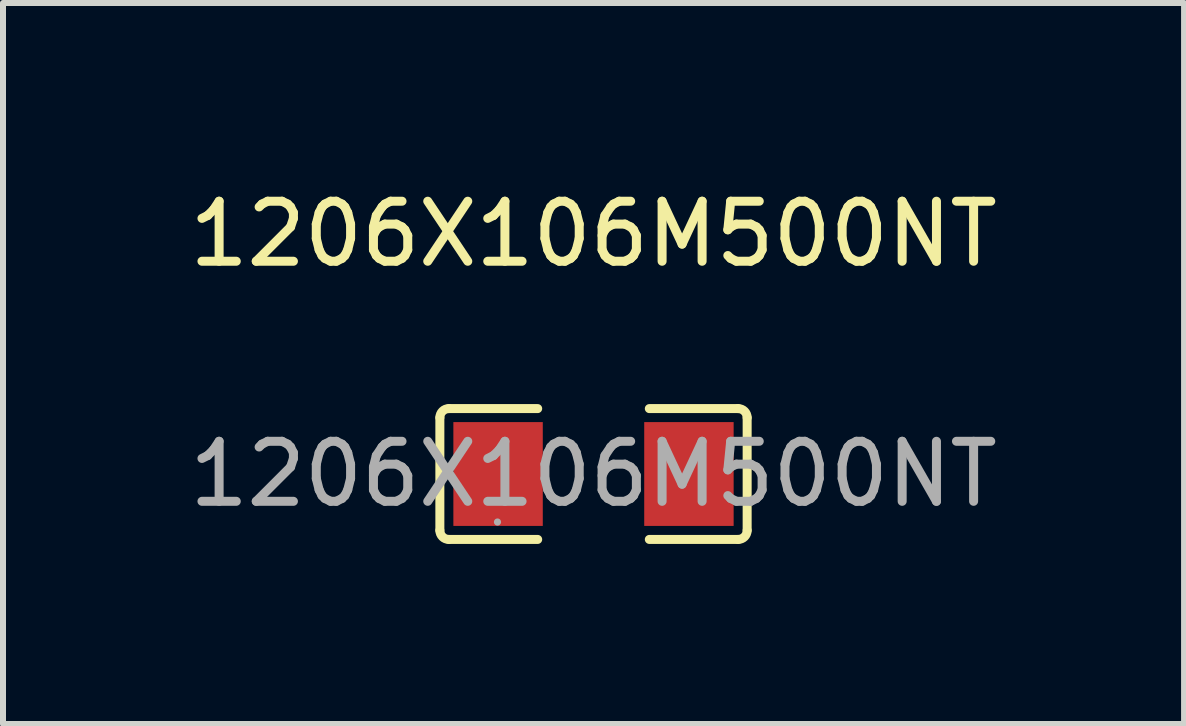
<source format=kicad_pcb>
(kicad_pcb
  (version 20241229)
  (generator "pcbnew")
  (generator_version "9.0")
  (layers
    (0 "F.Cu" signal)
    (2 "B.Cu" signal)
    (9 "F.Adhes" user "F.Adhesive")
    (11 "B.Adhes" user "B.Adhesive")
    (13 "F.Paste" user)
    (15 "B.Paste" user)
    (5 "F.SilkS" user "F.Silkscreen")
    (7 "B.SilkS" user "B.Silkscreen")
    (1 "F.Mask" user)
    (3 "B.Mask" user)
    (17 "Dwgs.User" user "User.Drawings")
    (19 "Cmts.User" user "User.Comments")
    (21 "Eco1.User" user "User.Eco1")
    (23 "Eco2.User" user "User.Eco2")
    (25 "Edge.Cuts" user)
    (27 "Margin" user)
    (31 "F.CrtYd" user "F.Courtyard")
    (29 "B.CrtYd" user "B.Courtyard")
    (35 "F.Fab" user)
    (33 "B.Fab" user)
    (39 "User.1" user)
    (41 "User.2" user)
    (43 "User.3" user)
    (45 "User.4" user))
  (footprint "1206X106M500NT"
    (layer "F.Cu")
    (at 6.839 4.848)
    (property "Reference" "1206X106M500NT" (at 0 -4 0) (layer "F.SilkS") (effects (font (size 1 1) (thickness 0.15))))
    (attr smd)
    (fp_line (start -2.56 0.94) (end -2.56 -0.94) (stroke (width 0.15) (type solid)) (layer "F.SilkS"))
    (fp_line (start -2.41 -1.09) (end -0.93 -1.09) (stroke (width 0.15) (type solid)) (layer "F.SilkS"))
    (fp_line (start -0.93 1.09) (end -2.41 1.09) (stroke (width 0.15) (type solid)) (layer "F.SilkS"))
    (fp_line (start 0.93 1.09) (end 2.41 1.09) (stroke (width 0.15) (type solid)) (layer "F.SilkS"))
    (fp_line (start 2.41 -1.09) (end 0.93 -1.09) (stroke (width 0.15) (type solid)) (layer "F.SilkS"))
    (fp_line (start 2.56 0.94) (end 2.56 -0.94) (stroke (width 0.15) (type solid)) (layer "F.SilkS"))
    (fp_arc (start -2.56 -0.94) (mid -2.516066 -1.046066) (end -2.41 -1.09) (stroke (width 0.15) (type solid)) (layer "F.SilkS"))
    (fp_arc (start -2.41 1.09) (mid -2.516066 1.046066) (end -2.56 0.94) (stroke (width 0.15) (type solid)) (layer "F.SilkS"))
    (fp_arc (start 2.41 -1.09) (mid 2.516066 -1.046066) (end 2.56 -0.94) (stroke (width 0.15) (type solid)) (layer "F.SilkS"))
    (fp_arc (start 2.56 0.94) (mid 2.516066 1.046066) (end 2.41 1.09) (stroke (width 0.15) (type solid)) (layer "F.SilkS"))
    (fp_circle (center -1.6 0.8) (end -1.57 0.8) (stroke (width 0.06) (type solid)) (fill no) (layer "F.Fab"))
    (fp_text user "${REFERENCE}" (at 0 0 0) (layer "F.Fab") (effects (font (size 1 1) (thickness 0.15))))
    (pad "1" smd rect (at -1.59 0) (size 1.49 1.73) (layers "F.Cu" "F.Mask" "F.Paste"))
    (pad "2" smd rect (at 1.59 0) (size 1.49 1.73) (layers "F.Cu" "F.Mask" "F.Paste")))
  (gr_rect
    (start -3 -3)
    (end 16.679 9.013)
    (stroke (width 0.1) (type default))
    (fill no)
    (layer "Edge.Cuts")))
</source>
